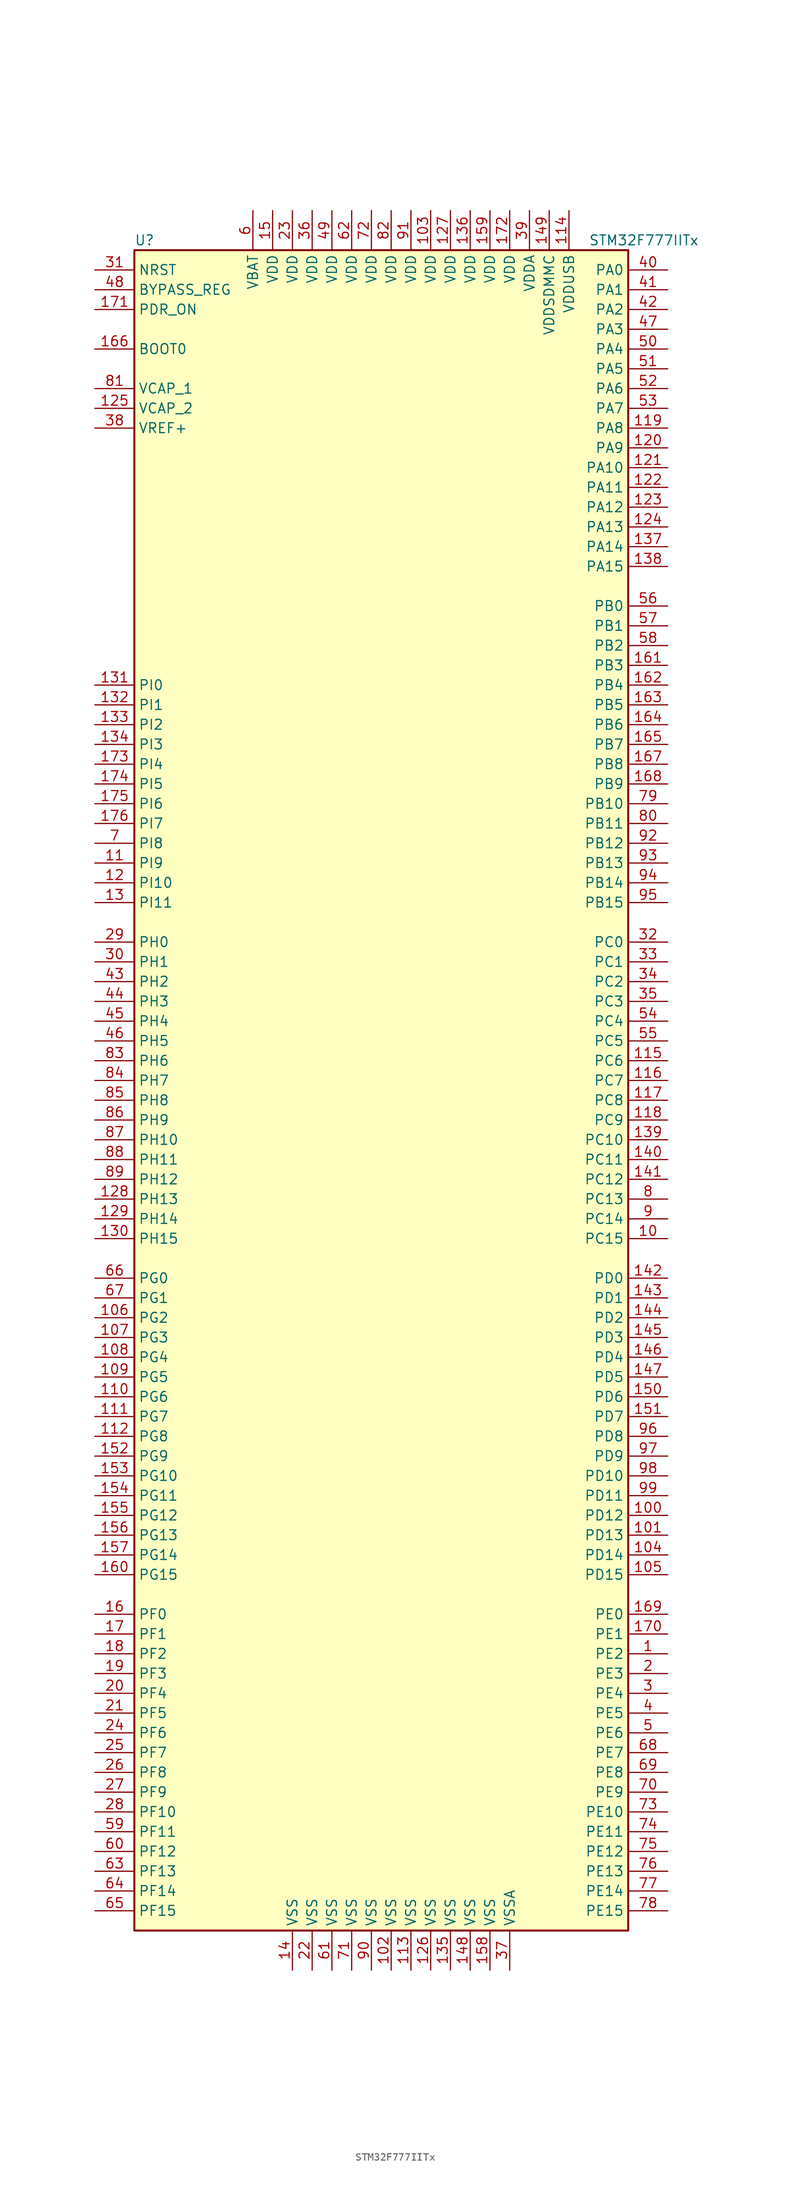
<source format=kicad_sym>
(kicad_symbol_lib
  (version 20201005)
  (generator kicad_symbol_editor)
  (symbol "STM32F777IITx"
    (property "Reference" "U"
      (at -33.02 107.95 0)
      (effects (font (size 1.27 1.27)) (justify left)))
    (property "Value" "STM32F777IITx"
      (at 25.4 107.95 0)
      (effects (font (size 1.27 1.27)) (justify left)))
    (symbol "STM32F777IITx_0_1"
      (rectangle (start -33.02 -109.22) (end 30.48 106.68) (stroke (width 0.254)) (fill (type background))))
    (symbol "STM32F777IITx_1_1"
      (pin input line (at -38.1 93.98 0) (length 5.08) (name "BOOT0" (effects (font (size 1.27 1.27)))) (number "166" (effects (font (size 1.27 1.27)))))
      (pin input line (at -38.1 101.6 0) (length 5.08) (name "BYPASS_REG" (effects (font (size 1.27 1.27)))) (number "48" (effects (font (size 1.27 1.27)))))
      (pin input line (at -38.1 104.14 0) (length 5.08) (name "NRST" (effects (font (size 1.27 1.27)))) (number "31" (effects (font (size 1.27 1.27)))))
      (pin bidirectional line (at 35.56 104.14 180) (length 5.08) (name "PA0" (effects (font (size 1.27 1.27)))) (number "40" (effects (font (size 1.27 1.27)))))
      (pin bidirectional line (at 35.56 101.6 180) (length 5.08) (name "PA1" (effects (font (size 1.27 1.27)))) (number "41" (effects (font (size 1.27 1.27)))))
      (pin bidirectional line (at 35.56 78.74 180) (length 5.08) (name "PA10" (effects (font (size 1.27 1.27)))) (number "121" (effects (font (size 1.27 1.27)))))
      (pin bidirectional line (at 35.56 76.2 180) (length 5.08) (name "PA11" (effects (font (size 1.27 1.27)))) (number "122" (effects (font (size 1.27 1.27)))))
      (pin bidirectional line (at 35.56 73.66 180) (length 5.08) (name "PA12" (effects (font (size 1.27 1.27)))) (number "123" (effects (font (size 1.27 1.27)))))
      (pin bidirectional line (at 35.56 71.12 180) (length 5.08) (name "PA13" (effects (font (size 1.27 1.27)))) (number "124" (effects (font (size 1.27 1.27)))))
      (pin bidirectional line (at 35.56 68.58 180) (length 5.08) (name "PA14" (effects (font (size 1.27 1.27)))) (number "137" (effects (font (size 1.27 1.27)))))
      (pin bidirectional line (at 35.56 66.04 180) (length 5.08) (name "PA15" (effects (font (size 1.27 1.27)))) (number "138" (effects (font (size 1.27 1.27)))))
      (pin bidirectional line (at 35.56 99.06 180) (length 5.08) (name "PA2" (effects (font (size 1.27 1.27)))) (number "42" (effects (font (size 1.27 1.27)))))
      (pin bidirectional line (at 35.56 96.52 180) (length 5.08) (name "PA3" (effects (font (size 1.27 1.27)))) (number "47" (effects (font (size 1.27 1.27)))))
      (pin bidirectional line (at 35.56 93.98 180) (length 5.08) (name "PA4" (effects (font (size 1.27 1.27)))) (number "50" (effects (font (size 1.27 1.27)))))
      (pin bidirectional line (at 35.56 91.44 180) (length 5.08) (name "PA5" (effects (font (size 1.27 1.27)))) (number "51" (effects (font (size 1.27 1.27)))))
      (pin bidirectional line (at 35.56 88.9 180) (length 5.08) (name "PA6" (effects (font (size 1.27 1.27)))) (number "52" (effects (font (size 1.27 1.27)))))
      (pin bidirectional line (at 35.56 86.36 180) (length 5.08) (name "PA7" (effects (font (size 1.27 1.27)))) (number "53" (effects (font (size 1.27 1.27)))))
      (pin bidirectional line (at 35.56 83.82 180) (length 5.08) (name "PA8" (effects (font (size 1.27 1.27)))) (number "119" (effects (font (size 1.27 1.27)))))
      (pin bidirectional line (at 35.56 81.28 180) (length 5.08) (name "PA9" (effects (font (size 1.27 1.27)))) (number "120" (effects (font (size 1.27 1.27)))))
      (pin bidirectional line (at 35.56 60.96 180) (length 5.08) (name "PB0" (effects (font (size 1.27 1.27)))) (number "56" (effects (font (size 1.27 1.27)))))
      (pin bidirectional line (at 35.56 58.42 180) (length 5.08) (name "PB1" (effects (font (size 1.27 1.27)))) (number "57" (effects (font (size 1.27 1.27)))))
      (pin bidirectional line (at 35.56 35.56 180) (length 5.08) (name "PB10" (effects (font (size 1.27 1.27)))) (number "79" (effects (font (size 1.27 1.27)))))
      (pin bidirectional line (at 35.56 33.02 180) (length 5.08) (name "PB11" (effects (font (size 1.27 1.27)))) (number "80" (effects (font (size 1.27 1.27)))))
      (pin bidirectional line (at 35.56 30.48 180) (length 5.08) (name "PB12" (effects (font (size 1.27 1.27)))) (number "92" (effects (font (size 1.27 1.27)))))
      (pin bidirectional line (at 35.56 27.94 180) (length 5.08) (name "PB13" (effects (font (size 1.27 1.27)))) (number "93" (effects (font (size 1.27 1.27)))))
      (pin bidirectional line (at 35.56 25.4 180) (length 5.08) (name "PB14" (effects (font (size 1.27 1.27)))) (number "94" (effects (font (size 1.27 1.27)))))
      (pin bidirectional line (at 35.56 22.86 180) (length 5.08) (name "PB15" (effects (font (size 1.27 1.27)))) (number "95" (effects (font (size 1.27 1.27)))))
      (pin bidirectional line (at 35.56 55.88 180) (length 5.08) (name "PB2" (effects (font (size 1.27 1.27)))) (number "58" (effects (font (size 1.27 1.27)))))
      (pin bidirectional line (at 35.56 53.34 180) (length 5.08) (name "PB3" (effects (font (size 1.27 1.27)))) (number "161" (effects (font (size 1.27 1.27)))))
      (pin bidirectional line (at 35.56 50.8 180) (length 5.08) (name "PB4" (effects (font (size 1.27 1.27)))) (number "162" (effects (font (size 1.27 1.27)))))
      (pin bidirectional line (at 35.56 48.26 180) (length 5.08) (name "PB5" (effects (font (size 1.27 1.27)))) (number "163" (effects (font (size 1.27 1.27)))))
      (pin bidirectional line (at 35.56 45.72 180) (length 5.08) (name "PB6" (effects (font (size 1.27 1.27)))) (number "164" (effects (font (size 1.27 1.27)))))
      (pin bidirectional line (at 35.56 43.18 180) (length 5.08) (name "PB7" (effects (font (size 1.27 1.27)))) (number "165" (effects (font (size 1.27 1.27)))))
      (pin bidirectional line (at 35.56 40.64 180) (length 5.08) (name "PB8" (effects (font (size 1.27 1.27)))) (number "167" (effects (font (size 1.27 1.27)))))
      (pin bidirectional line (at 35.56 38.1 180) (length 5.08) (name "PB9" (effects (font (size 1.27 1.27)))) (number "168" (effects (font (size 1.27 1.27)))))
      (pin bidirectional line (at 35.56 17.78 180) (length 5.08) (name "PC0" (effects (font (size 1.27 1.27)))) (number "32" (effects (font (size 1.27 1.27)))))
      (pin bidirectional line (at 35.56 15.24 180) (length 5.08) (name "PC1" (effects (font (size 1.27 1.27)))) (number "33" (effects (font (size 1.27 1.27)))))
      (pin bidirectional line (at 35.56 -7.62 180) (length 5.08) (name "PC10" (effects (font (size 1.27 1.27)))) (number "139" (effects (font (size 1.27 1.27)))))
      (pin bidirectional line (at 35.56 -10.16 180) (length 5.08) (name "PC11" (effects (font (size 1.27 1.27)))) (number "140" (effects (font (size 1.27 1.27)))))
      (pin bidirectional line (at 35.56 -12.7 180) (length 5.08) (name "PC12" (effects (font (size 1.27 1.27)))) (number "141" (effects (font (size 1.27 1.27)))))
      (pin bidirectional line (at 35.56 -15.24 180) (length 5.08) (name "PC13" (effects (font (size 1.27 1.27)))) (number "8" (effects (font (size 1.27 1.27)))))
      (pin bidirectional line (at 35.56 -17.78 180) (length 5.08) (name "PC14" (effects (font (size 1.27 1.27)))) (number "9" (effects (font (size 1.27 1.27)))))
      (pin bidirectional line (at 35.56 -20.32 180) (length 5.08) (name "PC15" (effects (font (size 1.27 1.27)))) (number "10" (effects (font (size 1.27 1.27)))))
      (pin bidirectional line (at 35.56 12.7 180) (length 5.08) (name "PC2" (effects (font (size 1.27 1.27)))) (number "34" (effects (font (size 1.27 1.27)))))
      (pin bidirectional line (at 35.56 10.16 180) (length 5.08) (name "PC3" (effects (font (size 1.27 1.27)))) (number "35" (effects (font (size 1.27 1.27)))))
      (pin bidirectional line (at 35.56 7.62 180) (length 5.08) (name "PC4" (effects (font (size 1.27 1.27)))) (number "54" (effects (font (size 1.27 1.27)))))
      (pin bidirectional line (at 35.56 5.08 180) (length 5.08) (name "PC5" (effects (font (size 1.27 1.27)))) (number "55" (effects (font (size 1.27 1.27)))))
      (pin bidirectional line (at 35.56 2.54 180) (length 5.08) (name "PC6" (effects (font (size 1.27 1.27)))) (number "115" (effects (font (size 1.27 1.27)))))
      (pin bidirectional line (at 35.56 0 180) (length 5.08) (name "PC7" (effects (font (size 1.27 1.27)))) (number "116" (effects (font (size 1.27 1.27)))))
      (pin bidirectional line (at 35.56 -2.54 180) (length 5.08) (name "PC8" (effects (font (size 1.27 1.27)))) (number "117" (effects (font (size 1.27 1.27)))))
      (pin bidirectional line (at 35.56 -5.08 180) (length 5.08) (name "PC9" (effects (font (size 1.27 1.27)))) (number "118" (effects (font (size 1.27 1.27)))))
      (pin bidirectional line (at 35.56 -25.4 180) (length 5.08) (name "PD0" (effects (font (size 1.27 1.27)))) (number "142" (effects (font (size 1.27 1.27)))))
      (pin bidirectional line (at 35.56 -27.94 180) (length 5.08) (name "PD1" (effects (font (size 1.27 1.27)))) (number "143" (effects (font (size 1.27 1.27)))))
      (pin bidirectional line (at 35.56 -50.8 180) (length 5.08) (name "PD10" (effects (font (size 1.27 1.27)))) (number "98" (effects (font (size 1.27 1.27)))))
      (pin bidirectional line (at 35.56 -53.34 180) (length 5.08) (name "PD11" (effects (font (size 1.27 1.27)))) (number "99" (effects (font (size 1.27 1.27)))))
      (pin bidirectional line (at 35.56 -55.88 180) (length 5.08) (name "PD12" (effects (font (size 1.27 1.27)))) (number "100" (effects (font (size 1.27 1.27)))))
      (pin bidirectional line (at 35.56 -58.42 180) (length 5.08) (name "PD13" (effects (font (size 1.27 1.27)))) (number "101" (effects (font (size 1.27 1.27)))))
      (pin bidirectional line (at 35.56 -60.96 180) (length 5.08) (name "PD14" (effects (font (size 1.27 1.27)))) (number "104" (effects (font (size 1.27 1.27)))))
      (pin bidirectional line (at 35.56 -63.5 180) (length 5.08) (name "PD15" (effects (font (size 1.27 1.27)))) (number "105" (effects (font (size 1.27 1.27)))))
      (pin bidirectional line (at 35.56 -30.48 180) (length 5.08) (name "PD2" (effects (font (size 1.27 1.27)))) (number "144" (effects (font (size 1.27 1.27)))))
      (pin bidirectional line (at 35.56 -33.02 180) (length 5.08) (name "PD3" (effects (font (size 1.27 1.27)))) (number "145" (effects (font (size 1.27 1.27)))))
      (pin bidirectional line (at 35.56 -35.56 180) (length 5.08) (name "PD4" (effects (font (size 1.27 1.27)))) (number "146" (effects (font (size 1.27 1.27)))))
      (pin bidirectional line (at 35.56 -38.1 180) (length 5.08) (name "PD5" (effects (font (size 1.27 1.27)))) (number "147" (effects (font (size 1.27 1.27)))))
      (pin bidirectional line (at 35.56 -40.64 180) (length 5.08) (name "PD6" (effects (font (size 1.27 1.27)))) (number "150" (effects (font (size 1.27 1.27)))))
      (pin bidirectional line (at 35.56 -43.18 180) (length 5.08) (name "PD7" (effects (font (size 1.27 1.27)))) (number "151" (effects (font (size 1.27 1.27)))))
      (pin bidirectional line (at 35.56 -45.72 180) (length 5.08) (name "PD8" (effects (font (size 1.27 1.27)))) (number "96" (effects (font (size 1.27 1.27)))))
      (pin bidirectional line (at 35.56 -48.26 180) (length 5.08) (name "PD9" (effects (font (size 1.27 1.27)))) (number "97" (effects (font (size 1.27 1.27)))))
      (pin input line (at -38.1 99.06 0) (length 5.08) (name "PDR_ON" (effects (font (size 1.27 1.27)))) (number "171" (effects (font (size 1.27 1.27)))))
      (pin bidirectional line (at 35.56 -68.58 180) (length 5.08) (name "PE0" (effects (font (size 1.27 1.27)))) (number "169" (effects (font (size 1.27 1.27)))))
      (pin bidirectional line (at 35.56 -71.12 180) (length 5.08) (name "PE1" (effects (font (size 1.27 1.27)))) (number "170" (effects (font (size 1.27 1.27)))))
      (pin bidirectional line (at 35.56 -93.98 180) (length 5.08) (name "PE10" (effects (font (size 1.27 1.27)))) (number "73" (effects (font (size 1.27 1.27)))))
      (pin bidirectional line (at 35.56 -96.52 180) (length 5.08) (name "PE11" (effects (font (size 1.27 1.27)))) (number "74" (effects (font (size 1.27 1.27)))))
      (pin bidirectional line (at 35.56 -99.06 180) (length 5.08) (name "PE12" (effects (font (size 1.27 1.27)))) (number "75" (effects (font (size 1.27 1.27)))))
      (pin bidirectional line (at 35.56 -101.6 180) (length 5.08) (name "PE13" (effects (font (size 1.27 1.27)))) (number "76" (effects (font (size 1.27 1.27)))))
      (pin bidirectional line (at 35.56 -104.14 180) (length 5.08) (name "PE14" (effects (font (size 1.27 1.27)))) (number "77" (effects (font (size 1.27 1.27)))))
      (pin bidirectional line (at 35.56 -106.68 180) (length 5.08) (name "PE15" (effects (font (size 1.27 1.27)))) (number "78" (effects (font (size 1.27 1.27)))))
      (pin bidirectional line (at 35.56 -73.66 180) (length 5.08) (name "PE2" (effects (font (size 1.27 1.27)))) (number "1" (effects (font (size 1.27 1.27)))))
      (pin bidirectional line (at 35.56 -76.2 180) (length 5.08) (name "PE3" (effects (font (size 1.27 1.27)))) (number "2" (effects (font (size 1.27 1.27)))))
      (pin bidirectional line (at 35.56 -78.74 180) (length 5.08) (name "PE4" (effects (font (size 1.27 1.27)))) (number "3" (effects (font (size 1.27 1.27)))))
      (pin bidirectional line (at 35.56 -81.28 180) (length 5.08) (name "PE5" (effects (font (size 1.27 1.27)))) (number "4" (effects (font (size 1.27 1.27)))))
      (pin bidirectional line (at 35.56 -83.82 180) (length 5.08) (name "PE6" (effects (font (size 1.27 1.27)))) (number "5" (effects (font (size 1.27 1.27)))))
      (pin bidirectional line (at 35.56 -86.36 180) (length 5.08) (name "PE7" (effects (font (size 1.27 1.27)))) (number "68" (effects (font (size 1.27 1.27)))))
      (pin bidirectional line (at 35.56 -88.9 180) (length 5.08) (name "PE8" (effects (font (size 1.27 1.27)))) (number "69" (effects (font (size 1.27 1.27)))))
      (pin bidirectional line (at 35.56 -91.44 180) (length 5.08) (name "PE9" (effects (font (size 1.27 1.27)))) (number "70" (effects (font (size 1.27 1.27)))))
      (pin bidirectional line (at -38.1 -68.58 0) (length 5.08) (name "PF0" (effects (font (size 1.27 1.27)))) (number "16" (effects (font (size 1.27 1.27)))))
      (pin bidirectional line (at -38.1 -71.12 0) (length 5.08) (name "PF1" (effects (font (size 1.27 1.27)))) (number "17" (effects (font (size 1.27 1.27)))))
      (pin bidirectional line (at -38.1 -93.98 0) (length 5.08) (name "PF10" (effects (font (size 1.27 1.27)))) (number "28" (effects (font (size 1.27 1.27)))))
      (pin bidirectional line (at -38.1 -96.52 0) (length 5.08) (name "PF11" (effects (font (size 1.27 1.27)))) (number "59" (effects (font (size 1.27 1.27)))))
      (pin bidirectional line (at -38.1 -99.06 0) (length 5.08) (name "PF12" (effects (font (size 1.27 1.27)))) (number "60" (effects (font (size 1.27 1.27)))))
      (pin bidirectional line (at -38.1 -101.6 0) (length 5.08) (name "PF13" (effects (font (size 1.27 1.27)))) (number "63" (effects (font (size 1.27 1.27)))))
      (pin bidirectional line (at -38.1 -104.14 0) (length 5.08) (name "PF14" (effects (font (size 1.27 1.27)))) (number "64" (effects (font (size 1.27 1.27)))))
      (pin bidirectional line (at -38.1 -106.68 0) (length 5.08) (name "PF15" (effects (font (size 1.27 1.27)))) (number "65" (effects (font (size 1.27 1.27)))))
      (pin bidirectional line (at -38.1 -73.66 0) (length 5.08) (name "PF2" (effects (font (size 1.27 1.27)))) (number "18" (effects (font (size 1.27 1.27)))))
      (pin bidirectional line (at -38.1 -76.2 0) (length 5.08) (name "PF3" (effects (font (size 1.27 1.27)))) (number "19" (effects (font (size 1.27 1.27)))))
      (pin bidirectional line (at -38.1 -78.74 0) (length 5.08) (name "PF4" (effects (font (size 1.27 1.27)))) (number "20" (effects (font (size 1.27 1.27)))))
      (pin bidirectional line (at -38.1 -81.28 0) (length 5.08) (name "PF5" (effects (font (size 1.27 1.27)))) (number "21" (effects (font (size 1.27 1.27)))))
      (pin bidirectional line (at -38.1 -83.82 0) (length 5.08) (name "PF6" (effects (font (size 1.27 1.27)))) (number "24" (effects (font (size 1.27 1.27)))))
      (pin bidirectional line (at -38.1 -86.36 0) (length 5.08) (name "PF7" (effects (font (size 1.27 1.27)))) (number "25" (effects (font (size 1.27 1.27)))))
      (pin bidirectional line (at -38.1 -88.9 0) (length 5.08) (name "PF8" (effects (font (size 1.27 1.27)))) (number "26" (effects (font (size 1.27 1.27)))))
      (pin bidirectional line (at -38.1 -91.44 0) (length 5.08) (name "PF9" (effects (font (size 1.27 1.27)))) (number "27" (effects (font (size 1.27 1.27)))))
      (pin bidirectional line (at -38.1 -25.4 0) (length 5.08) (name "PG0" (effects (font (size 1.27 1.27)))) (number "66" (effects (font (size 1.27 1.27)))))
      (pin bidirectional line (at -38.1 -27.94 0) (length 5.08) (name "PG1" (effects (font (size 1.27 1.27)))) (number "67" (effects (font (size 1.27 1.27)))))
      (pin bidirectional line (at -38.1 -50.8 0) (length 5.08) (name "PG10" (effects (font (size 1.27 1.27)))) (number "153" (effects (font (size 1.27 1.27)))))
      (pin bidirectional line (at -38.1 -53.34 0) (length 5.08) (name "PG11" (effects (font (size 1.27 1.27)))) (number "154" (effects (font (size 1.27 1.27)))))
      (pin bidirectional line (at -38.1 -55.88 0) (length 5.08) (name "PG12" (effects (font (size 1.27 1.27)))) (number "155" (effects (font (size 1.27 1.27)))))
      (pin bidirectional line (at -38.1 -58.42 0) (length 5.08) (name "PG13" (effects (font (size 1.27 1.27)))) (number "156" (effects (font (size 1.27 1.27)))))
      (pin bidirectional line (at -38.1 -60.96 0) (length 5.08) (name "PG14" (effects (font (size 1.27 1.27)))) (number "157" (effects (font (size 1.27 1.27)))))
      (pin bidirectional line (at -38.1 -63.5 0) (length 5.08) (name "PG15" (effects (font (size 1.27 1.27)))) (number "160" (effects (font (size 1.27 1.27)))))
      (pin bidirectional line (at -38.1 -30.48 0) (length 5.08) (name "PG2" (effects (font (size 1.27 1.27)))) (number "106" (effects (font (size 1.27 1.27)))))
      (pin bidirectional line (at -38.1 -33.02 0) (length 5.08) (name "PG3" (effects (font (size 1.27 1.27)))) (number "107" (effects (font (size 1.27 1.27)))))
      (pin bidirectional line (at -38.1 -35.56 0) (length 5.08) (name "PG4" (effects (font (size 1.27 1.27)))) (number "108" (effects (font (size 1.27 1.27)))))
      (pin bidirectional line (at -38.1 -38.1 0) (length 5.08) (name "PG5" (effects (font (size 1.27 1.27)))) (number "109" (effects (font (size 1.27 1.27)))))
      (pin bidirectional line (at -38.1 -40.64 0) (length 5.08) (name "PG6" (effects (font (size 1.27 1.27)))) (number "110" (effects (font (size 1.27 1.27)))))
      (pin bidirectional line (at -38.1 -43.18 0) (length 5.08) (name "PG7" (effects (font (size 1.27 1.27)))) (number "111" (effects (font (size 1.27 1.27)))))
      (pin bidirectional line (at -38.1 -45.72 0) (length 5.08) (name "PG8" (effects (font (size 1.27 1.27)))) (number "112" (effects (font (size 1.27 1.27)))))
      (pin bidirectional line (at -38.1 -48.26 0) (length 5.08) (name "PG9" (effects (font (size 1.27 1.27)))) (number "152" (effects (font (size 1.27 1.27)))))
      (pin input line (at -38.1 17.78 0) (length 5.08) (name "PH0" (effects (font (size 1.27 1.27)))) (number "29" (effects (font (size 1.27 1.27)))))
      (pin input line (at -38.1 15.24 0) (length 5.08) (name "PH1" (effects (font (size 1.27 1.27)))) (number "30" (effects (font (size 1.27 1.27)))))
      (pin bidirectional line (at -38.1 -7.62 0) (length 5.08) (name "PH10" (effects (font (size 1.27 1.27)))) (number "87" (effects (font (size 1.27 1.27)))))
      (pin bidirectional line (at -38.1 -10.16 0) (length 5.08) (name "PH11" (effects (font (size 1.27 1.27)))) (number "88" (effects (font (size 1.27 1.27)))))
      (pin bidirectional line (at -38.1 -12.7 0) (length 5.08) (name "PH12" (effects (font (size 1.27 1.27)))) (number "89" (effects (font (size 1.27 1.27)))))
      (pin bidirectional line (at -38.1 -15.24 0) (length 5.08) (name "PH13" (effects (font (size 1.27 1.27)))) (number "128" (effects (font (size 1.27 1.27)))))
      (pin bidirectional line (at -38.1 -17.78 0) (length 5.08) (name "PH14" (effects (font (size 1.27 1.27)))) (number "129" (effects (font (size 1.27 1.27)))))
      (pin bidirectional line (at -38.1 -20.32 0) (length 5.08) (name "PH15" (effects (font (size 1.27 1.27)))) (number "130" (effects (font (size 1.27 1.27)))))
      (pin bidirectional line (at -38.1 12.7 0) (length 5.08) (name "PH2" (effects (font (size 1.27 1.27)))) (number "43" (effects (font (size 1.27 1.27)))))
      (pin bidirectional line (at -38.1 10.16 0) (length 5.08) (name "PH3" (effects (font (size 1.27 1.27)))) (number "44" (effects (font (size 1.27 1.27)))))
      (pin bidirectional line (at -38.1 7.62 0) (length 5.08) (name "PH4" (effects (font (size 1.27 1.27)))) (number "45" (effects (font (size 1.27 1.27)))))
      (pin bidirectional line (at -38.1 5.08 0) (length 5.08) (name "PH5" (effects (font (size 1.27 1.27)))) (number "46" (effects (font (size 1.27 1.27)))))
      (pin bidirectional line (at -38.1 2.54 0) (length 5.08) (name "PH6" (effects (font (size 1.27 1.27)))) (number "83" (effects (font (size 1.27 1.27)))))
      (pin bidirectional line (at -38.1 0 0) (length 5.08) (name "PH7" (effects (font (size 1.27 1.27)))) (number "84" (effects (font (size 1.27 1.27)))))
      (pin bidirectional line (at -38.1 -2.54 0) (length 5.08) (name "PH8" (effects (font (size 1.27 1.27)))) (number "85" (effects (font (size 1.27 1.27)))))
      (pin bidirectional line (at -38.1 -5.08 0) (length 5.08) (name "PH9" (effects (font (size 1.27 1.27)))) (number "86" (effects (font (size 1.27 1.27)))))
      (pin bidirectional line (at -38.1 50.8 0) (length 5.08) (name "PI0" (effects (font (size 1.27 1.27)))) (number "131" (effects (font (size 1.27 1.27)))))
      (pin bidirectional line (at -38.1 48.26 0) (length 5.08) (name "PI1" (effects (font (size 1.27 1.27)))) (number "132" (effects (font (size 1.27 1.27)))))
      (pin bidirectional line (at -38.1 25.4 0) (length 5.08) (name "PI10" (effects (font (size 1.27 1.27)))) (number "12" (effects (font (size 1.27 1.27)))))
      (pin bidirectional line (at -38.1 22.86 0) (length 5.08) (name "PI11" (effects (font (size 1.27 1.27)))) (number "13" (effects (font (size 1.27 1.27)))))
      (pin bidirectional line (at -38.1 45.72 0) (length 5.08) (name "PI2" (effects (font (size 1.27 1.27)))) (number "133" (effects (font (size 1.27 1.27)))))
      (pin bidirectional line (at -38.1 43.18 0) (length 5.08) (name "PI3" (effects (font (size 1.27 1.27)))) (number "134" (effects (font (size 1.27 1.27)))))
      (pin bidirectional line (at -38.1 40.64 0) (length 5.08) (name "PI4" (effects (font (size 1.27 1.27)))) (number "173" (effects (font (size 1.27 1.27)))))
      (pin bidirectional line (at -38.1 38.1 0) (length 5.08) (name "PI5" (effects (font (size 1.27 1.27)))) (number "174" (effects (font (size 1.27 1.27)))))
      (pin bidirectional line (at -38.1 35.56 0) (length 5.08) (name "PI6" (effects (font (size 1.27 1.27)))) (number "175" (effects (font (size 1.27 1.27)))))
      (pin bidirectional line (at -38.1 33.02 0) (length 5.08) (name "PI7" (effects (font (size 1.27 1.27)))) (number "176" (effects (font (size 1.27 1.27)))))
      (pin bidirectional line (at -38.1 30.48 0) (length 5.08) (name "PI8" (effects (font (size 1.27 1.27)))) (number "7" (effects (font (size 1.27 1.27)))))
      (pin bidirectional line (at -38.1 27.94 0) (length 5.08) (name "PI9" (effects (font (size 1.27 1.27)))) (number "11" (effects (font (size 1.27 1.27)))))
      (pin power_in line (at -17.78 111.76 270) (length 5.08) (name "VBAT" (effects (font (size 1.27 1.27)))) (number "6" (effects (font (size 1.27 1.27)))))
      (pin power_in line (at -38.1 88.9 0) (length 5.08) (name "VCAP_1" (effects (font (size 1.27 1.27)))) (number "81" (effects (font (size 1.27 1.27)))))
      (pin power_in line (at -38.1 86.36 0) (length 5.08) (name "VCAP_2" (effects (font (size 1.27 1.27)))) (number "125" (effects (font (size 1.27 1.27)))))
      (pin power_in line (at 5.08 111.76 270) (length 5.08) (name "VDD" (effects (font (size 1.27 1.27)))) (number "103" (effects (font (size 1.27 1.27)))))
      (pin power_in line (at 7.62 111.76 270) (length 5.08) (name "VDD" (effects (font (size 1.27 1.27)))) (number "127" (effects (font (size 1.27 1.27)))))
      (pin power_in line (at 10.16 111.76 270) (length 5.08) (name "VDD" (effects (font (size 1.27 1.27)))) (number "136" (effects (font (size 1.27 1.27)))))
      (pin power_in line (at -15.24 111.76 270) (length 5.08) (name "VDD" (effects (font (size 1.27 1.27)))) (number "15" (effects (font (size 1.27 1.27)))))
      (pin power_in line (at 12.7 111.76 270) (length 5.08) (name "VDD" (effects (font (size 1.27 1.27)))) (number "159" (effects (font (size 1.27 1.27)))))
      (pin power_in line (at 15.24 111.76 270) (length 5.08) (name "VDD" (effects (font (size 1.27 1.27)))) (number "172" (effects (font (size 1.27 1.27)))))
      (pin power_in line (at -12.7 111.76 270) (length 5.08) (name "VDD" (effects (font (size 1.27 1.27)))) (number "23" (effects (font (size 1.27 1.27)))))
      (pin power_in line (at -10.16 111.76 270) (length 5.08) (name "VDD" (effects (font (size 1.27 1.27)))) (number "36" (effects (font (size 1.27 1.27)))))
      (pin power_in line (at -7.62 111.76 270) (length 5.08) (name "VDD" (effects (font (size 1.27 1.27)))) (number "49" (effects (font (size 1.27 1.27)))))
      (pin power_in line (at -5.08 111.76 270) (length 5.08) (name "VDD" (effects (font (size 1.27 1.27)))) (number "62" (effects (font (size 1.27 1.27)))))
      (pin power_in line (at -2.54 111.76 270) (length 5.08) (name "VDD" (effects (font (size 1.27 1.27)))) (number "72" (effects (font (size 1.27 1.27)))))
      (pin power_in line (at 0 111.76 270) (length 5.08) (name "VDD" (effects (font (size 1.27 1.27)))) (number "82" (effects (font (size 1.27 1.27)))))
      (pin power_in line (at 2.54 111.76 270) (length 5.08) (name "VDD" (effects (font (size 1.27 1.27)))) (number "91" (effects (font (size 1.27 1.27)))))
      (pin power_in line (at 17.78 111.76 270) (length 5.08) (name "VDDA" (effects (font (size 1.27 1.27)))) (number "39" (effects (font (size 1.27 1.27)))))
      (pin power_in line (at 20.32 111.76 270) (length 5.08) (name "VDDSDMMC" (effects (font (size 1.27 1.27)))) (number "149" (effects (font (size 1.27 1.27)))))
      (pin power_in line (at 22.86 111.76 270) (length 5.08) (name "VDDUSB" (effects (font (size 1.27 1.27)))) (number "114" (effects (font (size 1.27 1.27)))))
      (pin power_in line (at -38.1 83.82 0) (length 5.08) (name "VREF+" (effects (font (size 1.27 1.27)))) (number "38" (effects (font (size 1.27 1.27)))))
      (pin power_in line (at 0 -114.3 90) (length 5.08) (name "VSS" (effects (font (size 1.27 1.27)))) (number "102" (effects (font (size 1.27 1.27)))))
      (pin power_in line (at 2.54 -114.3 90) (length 5.08) (name "VSS" (effects (font (size 1.27 1.27)))) (number "113" (effects (font (size 1.27 1.27)))))
      (pin power_in line (at 5.08 -114.3 90) (length 5.08) (name "VSS" (effects (font (size 1.27 1.27)))) (number "126" (effects (font (size 1.27 1.27)))))
      (pin power_in line (at 7.62 -114.3 90) (length 5.08) (name "VSS" (effects (font (size 1.27 1.27)))) (number "135" (effects (font (size 1.27 1.27)))))
      (pin power_in line (at -12.7 -114.3 90) (length 5.08) (name "VSS" (effects (font (size 1.27 1.27)))) (number "14" (effects (font (size 1.27 1.27)))))
      (pin power_in line (at 10.16 -114.3 90) (length 5.08) (name "VSS" (effects (font (size 1.27 1.27)))) (number "148" (effects (font (size 1.27 1.27)))))
      (pin power_in line (at 12.7 -114.3 90) (length 5.08) (name "VSS" (effects (font (size 1.27 1.27)))) (number "158" (effects (font (size 1.27 1.27)))))
      (pin power_in line (at -10.16 -114.3 90) (length 5.08) (name "VSS" (effects (font (size 1.27 1.27)))) (number "22" (effects (font (size 1.27 1.27)))))
      (pin power_in line (at -7.62 -114.3 90) (length 5.08) (name "VSS" (effects (font (size 1.27 1.27)))) (number "61" (effects (font (size 1.27 1.27)))))
      (pin power_in line (at -5.08 -114.3 90) (length 5.08) (name "VSS" (effects (font (size 1.27 1.27)))) (number "71" (effects (font (size 1.27 1.27)))))
      (pin power_in line (at -2.54 -114.3 90) (length 5.08) (name "VSS" (effects (font (size 1.27 1.27)))) (number "90" (effects (font (size 1.27 1.27)))))
      (pin power_in line (at 15.24 -114.3 90) (length 5.08) (name "VSSA" (effects (font (size 1.27 1.27)))) (number "37" (effects (font (size 1.27 1.27))))))))
</source>
